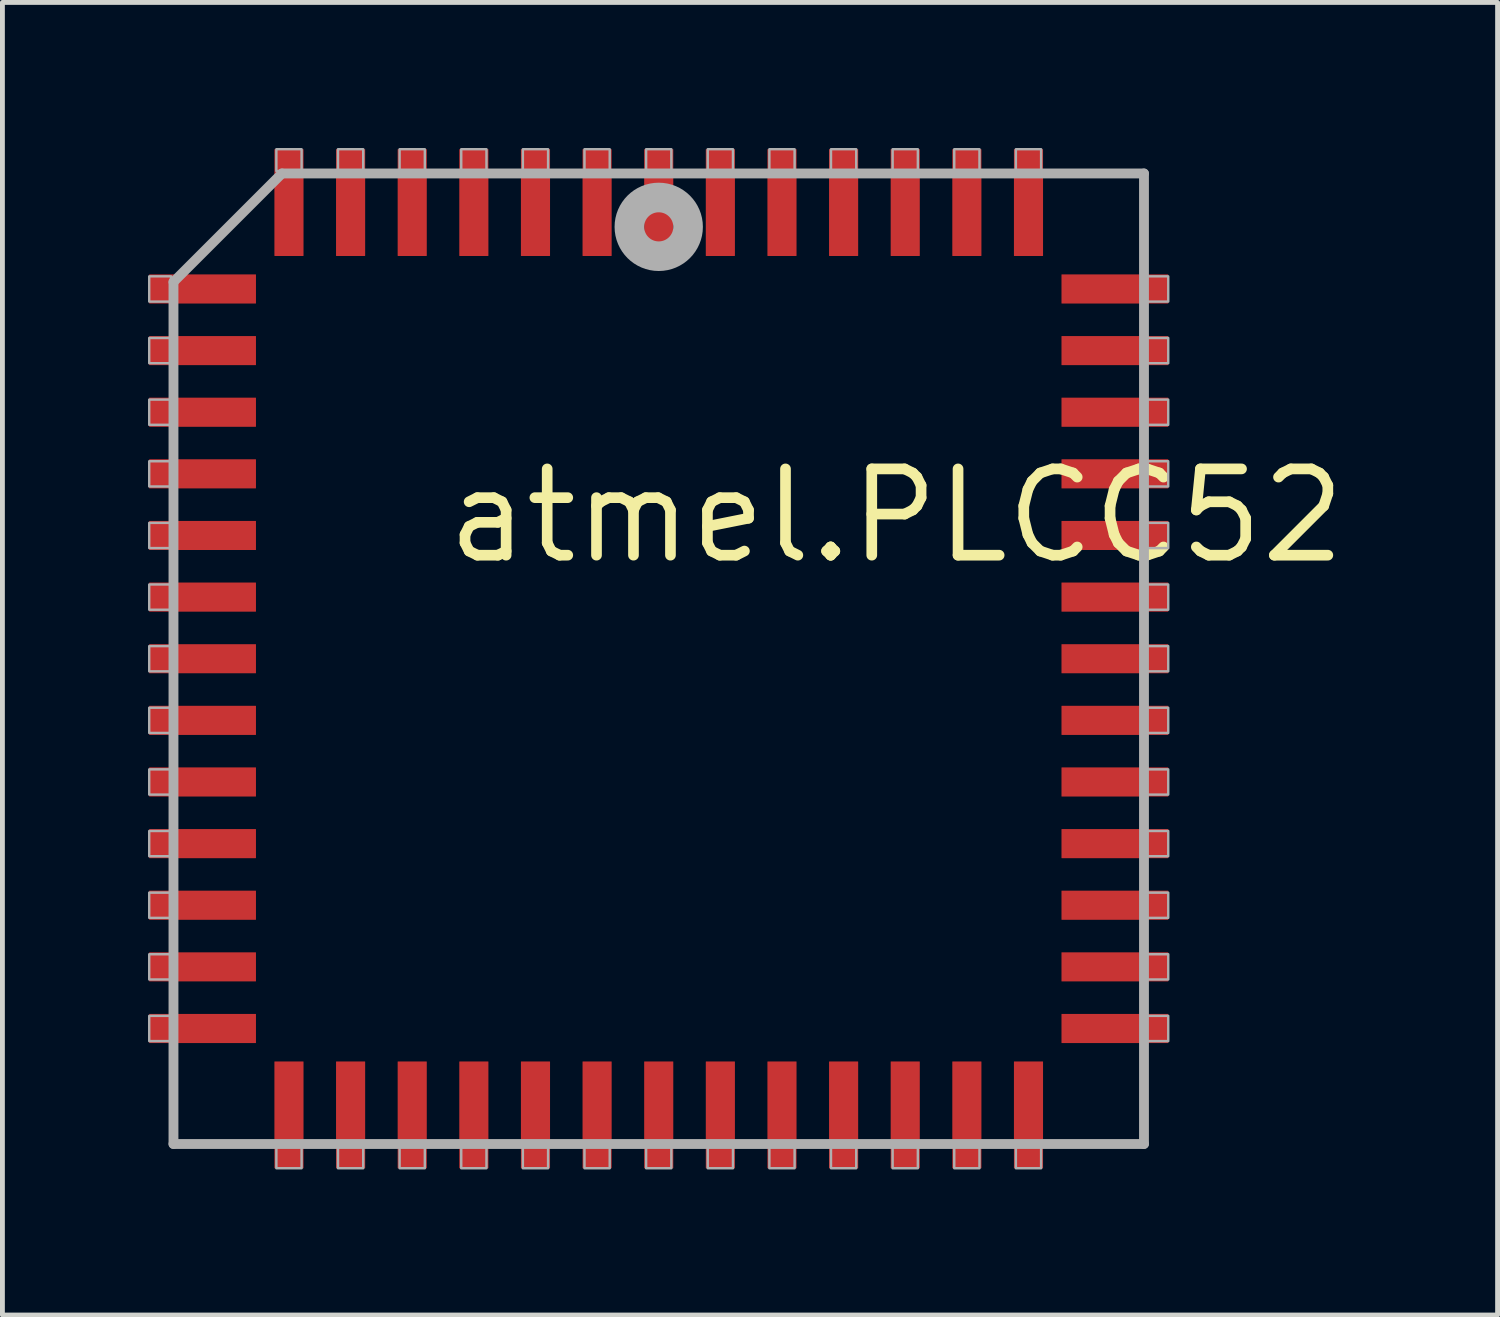
<source format=kicad_pcb>
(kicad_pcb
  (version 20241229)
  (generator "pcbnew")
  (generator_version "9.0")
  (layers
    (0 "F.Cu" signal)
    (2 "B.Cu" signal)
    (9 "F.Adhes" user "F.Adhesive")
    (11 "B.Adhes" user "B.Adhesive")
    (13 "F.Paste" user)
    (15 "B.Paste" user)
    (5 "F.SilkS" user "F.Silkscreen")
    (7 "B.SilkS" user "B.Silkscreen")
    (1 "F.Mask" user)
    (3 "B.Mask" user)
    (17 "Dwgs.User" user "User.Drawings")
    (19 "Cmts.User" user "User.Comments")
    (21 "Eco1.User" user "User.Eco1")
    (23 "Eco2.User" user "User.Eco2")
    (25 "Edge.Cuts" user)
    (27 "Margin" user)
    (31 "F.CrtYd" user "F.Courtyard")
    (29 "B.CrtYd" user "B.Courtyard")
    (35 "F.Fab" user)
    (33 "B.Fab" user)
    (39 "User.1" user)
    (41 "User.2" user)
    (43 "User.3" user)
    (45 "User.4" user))
  (footprint "atmel.PLCC52"
    (layer "F.Cu")
    (at 10.525 10.525)
    (property "Reference" "atmel.PLCC52" (at -4.475 -1.905 0) (layer "F.SilkS") (effects (font (size 1.778 1.778) (thickness 0.22)) (justify left bottom)))
    (attr smd)
    (fp_line (start -10 -7.765) (end -10 10) (stroke (width 0.203) (type default)) (layer "F.Fab"))
    (fp_line (start -10 10) (end 10 10) (stroke (width 0.203) (type default)) (layer "F.Fab"))
    (fp_line (start -7.765 -10) (end -10 -7.765) (stroke (width 0.203) (type default)) (layer "F.Fab"))
    (fp_line (start 10 -10) (end -7.765 -10) (stroke (width 0.203) (type default)) (layer "F.Fab"))
    (fp_line (start 10 10) (end 10 -10) (stroke (width 0.203) (type default)) (layer "F.Fab"))
    (fp_rect (start -10.5 -7.36) (end -10.05 -7.88) (stroke (width 0.05) (type default)) (fill no) (layer "F.Fab"))
    (fp_rect (start -10.5 -6.09) (end -10.05 -6.61) (stroke (width 0.05) (type default)) (fill no) (layer "F.Fab"))
    (fp_rect (start -10.5 -4.82) (end -10.05 -5.34) (stroke (width 0.05) (type default)) (fill no) (layer "F.Fab"))
    (fp_rect (start -10.5 -3.55) (end -10.05 -4.07) (stroke (width 0.05) (type default)) (fill no) (layer "F.Fab"))
    (fp_rect (start -10.5 -2.28) (end -10.05 -2.8) (stroke (width 0.05) (type default)) (fill no) (layer "F.Fab"))
    (fp_rect (start -10.5 -1.01) (end -10.05 -1.53) (stroke (width 0.05) (type default)) (fill no) (layer "F.Fab"))
    (fp_rect (start -10.5 0.26) (end -10.05 -0.26) (stroke (width 0.05) (type default)) (fill no) (layer "F.Fab"))
    (fp_rect (start -10.5 1.53) (end -10.05 1.01) (stroke (width 0.05) (type default)) (fill no) (layer "F.Fab"))
    (fp_rect (start -10.5 2.8) (end -10.05 2.28) (stroke (width 0.05) (type default)) (fill no) (layer "F.Fab"))
    (fp_rect (start -10.5 4.07) (end -10.05 3.55) (stroke (width 0.05) (type default)) (fill no) (layer "F.Fab"))
    (fp_rect (start -10.5 5.34) (end -10.05 4.82) (stroke (width 0.05) (type default)) (fill no) (layer "F.Fab"))
    (fp_rect (start -10.5 6.61) (end -10.05 6.09) (stroke (width 0.05) (type default)) (fill no) (layer "F.Fab"))
    (fp_rect (start -10.5 7.88) (end -10.05 7.36) (stroke (width 0.05) (type default)) (fill no) (layer "F.Fab"))
    (fp_rect (start -7.88 -10.05) (end -7.36 -10.5) (stroke (width 0.05) (type default)) (fill no) (layer "F.Fab"))
    (fp_rect (start -7.88 10.5) (end -7.36 10.05) (stroke (width 0.05) (type default)) (fill no) (layer "F.Fab"))
    (fp_rect (start -6.61 -10.05) (end -6.09 -10.5) (stroke (width 0.05) (type default)) (fill no) (layer "F.Fab"))
    (fp_rect (start -6.61 10.5) (end -6.09 10.05) (stroke (width 0.05) (type default)) (fill no) (layer "F.Fab"))
    (fp_rect (start -5.34 -10.05) (end -4.82 -10.5) (stroke (width 0.05) (type default)) (fill no) (layer "F.Fab"))
    (fp_rect (start -5.34 10.5) (end -4.82 10.05) (stroke (width 0.05) (type default)) (fill no) (layer "F.Fab"))
    (fp_rect (start -4.07 -10.05) (end -3.55 -10.5) (stroke (width 0.05) (type default)) (fill no) (layer "F.Fab"))
    (fp_rect (start -4.07 10.5) (end -3.55 10.05) (stroke (width 0.05) (type default)) (fill no) (layer "F.Fab"))
    (fp_rect (start -2.8 -10.05) (end -2.28 -10.5) (stroke (width 0.05) (type default)) (fill no) (layer "F.Fab"))
    (fp_rect (start -2.8 10.5) (end -2.28 10.05) (stroke (width 0.05) (type default)) (fill no) (layer "F.Fab"))
    (fp_rect (start -1.53 -10.05) (end -1.01 -10.5) (stroke (width 0.05) (type default)) (fill no) (layer "F.Fab"))
    (fp_rect (start -1.53 10.5) (end -1.01 10.05) (stroke (width 0.05) (type default)) (fill no) (layer "F.Fab"))
    (fp_rect (start -0.26 -10.05) (end 0.26 -10.5) (stroke (width 0.05) (type default)) (fill no) (layer "F.Fab"))
    (fp_rect (start -0.26 10.5) (end 0.26 10.05) (stroke (width 0.05) (type default)) (fill no) (layer "F.Fab"))
    (fp_rect (start 1.01 -10.05) (end 1.53 -10.5) (stroke (width 0.05) (type default)) (fill no) (layer "F.Fab"))
    (fp_rect (start 1.01 10.5) (end 1.53 10.05) (stroke (width 0.05) (type default)) (fill no) (layer "F.Fab"))
    (fp_rect (start 2.28 -10.05) (end 2.8 -10.5) (stroke (width 0.05) (type default)) (fill no) (layer "F.Fab"))
    (fp_rect (start 2.28 10.5) (end 2.8 10.05) (stroke (width 0.05) (type default)) (fill no) (layer "F.Fab"))
    (fp_rect (start 3.55 -10.05) (end 4.07 -10.5) (stroke (width 0.05) (type default)) (fill no) (layer "F.Fab"))
    (fp_rect (start 3.55 10.5) (end 4.07 10.05) (stroke (width 0.05) (type default)) (fill no) (layer "F.Fab"))
    (fp_rect (start 4.82 -10.05) (end 5.34 -10.5) (stroke (width 0.05) (type default)) (fill no) (layer "F.Fab"))
    (fp_rect (start 4.82 10.5) (end 5.34 10.05) (stroke (width 0.05) (type default)) (fill no) (layer "F.Fab"))
    (fp_rect (start 6.09 -10.05) (end 6.61 -10.5) (stroke (width 0.05) (type default)) (fill no) (layer "F.Fab"))
    (fp_rect (start 6.09 10.5) (end 6.61 10.05) (stroke (width 0.05) (type default)) (fill no) (layer "F.Fab"))
    (fp_rect (start 7.36 -10.05) (end 7.88 -10.5) (stroke (width 0.05) (type default)) (fill no) (layer "F.Fab"))
    (fp_rect (start 7.36 10.5) (end 7.88 10.05) (stroke (width 0.05) (type default)) (fill no) (layer "F.Fab"))
    (fp_rect (start 10.05 -7.36) (end 10.5 -7.88) (stroke (width 0.05) (type default)) (fill no) (layer "F.Fab"))
    (fp_rect (start 10.05 -6.09) (end 10.5 -6.61) (stroke (width 0.05) (type default)) (fill no) (layer "F.Fab"))
    (fp_rect (start 10.05 -4.82) (end 10.5 -5.34) (stroke (width 0.05) (type default)) (fill no) (layer "F.Fab"))
    (fp_rect (start 10.05 -3.55) (end 10.5 -4.07) (stroke (width 0.05) (type default)) (fill no) (layer "F.Fab"))
    (fp_rect (start 10.05 -2.28) (end 10.5 -2.8) (stroke (width 0.05) (type default)) (fill no) (layer "F.Fab"))
    (fp_rect (start 10.05 -1.01) (end 10.5 -1.53) (stroke (width 0.05) (type default)) (fill no) (layer "F.Fab"))
    (fp_rect (start 10.05 0.26) (end 10.5 -0.26) (stroke (width 0.05) (type default)) (fill no) (layer "F.Fab"))
    (fp_rect (start 10.05 1.53) (end 10.5 1.01) (stroke (width 0.05) (type default)) (fill no) (layer "F.Fab"))
    (fp_rect (start 10.05 2.8) (end 10.5 2.28) (stroke (width 0.05) (type default)) (fill no) (layer "F.Fab"))
    (fp_rect (start 10.05 4.07) (end 10.5 3.55) (stroke (width 0.05) (type default)) (fill no) (layer "F.Fab"))
    (fp_rect (start 10.05 5.34) (end 10.5 4.82) (stroke (width 0.05) (type default)) (fill no) (layer "F.Fab"))
    (fp_rect (start 10.05 6.61) (end 10.5 6.09) (stroke (width 0.05) (type default)) (fill no) (layer "F.Fab"))
    (fp_rect (start 10.05 7.88) (end 10.5 7.36) (stroke (width 0.05) (type default)) (fill no) (layer "F.Fab"))
    (fp_circle (center 0 -8.9) (end 0.3 -8.9) (stroke (width 0.61) (type default)) (fill no) (layer "F.Fab"))
    (pad "1" smd roundrect (at 0 -9.4) (size 0.6 2.2) (layers "F.Cu" "F.Mask" "F.Paste") (roundrect_rratio 0.01))
    (pad "2" smd roundrect (at -1.27 -9.4) (size 0.6 2.2) (layers "F.Cu" "F.Mask" "F.Paste") (roundrect_rratio 0.01))
    (pad "3" smd roundrect (at -2.54 -9.4) (size 0.6 2.2) (layers "F.Cu" "F.Mask" "F.Paste") (roundrect_rratio 0.01))
    (pad "4" smd roundrect (at -3.81 -9.4) (size 0.6 2.2) (layers "F.Cu" "F.Mask" "F.Paste") (roundrect_rratio 0.01))
    (pad "5" smd roundrect (at -5.08 -9.4) (size 0.6 2.2) (layers "F.Cu" "F.Mask" "F.Paste") (roundrect_rratio 0.01))
    (pad "6" smd roundrect (at -6.35 -9.4) (size 0.6 2.2) (layers "F.Cu" "F.Mask" "F.Paste") (roundrect_rratio 0.01))
    (pad "7" smd roundrect (at -7.62 -9.4) (size 0.6 2.2) (layers "F.Cu" "F.Mask" "F.Paste") (roundrect_rratio 0.01))
    (pad "8" smd roundrect (at -9.4 -7.62) (size 2.2 0.6) (layers "F.Cu" "F.Mask" "F.Paste") (roundrect_rratio 0.01))
    (pad "9" smd roundrect (at -9.4 -6.35) (size 2.2 0.6) (layers "F.Cu" "F.Mask" "F.Paste") (roundrect_rratio 0.01))
    (pad "10" smd roundrect (at -9.4 -5.08) (size 2.2 0.6) (layers "F.Cu" "F.Mask" "F.Paste") (roundrect_rratio 0.01))
    (pad "11" smd roundrect (at -9.4 -3.81) (size 2.2 0.6) (layers "F.Cu" "F.Mask" "F.Paste") (roundrect_rratio 0.01))
    (pad "12" smd roundrect (at -9.4 -2.54) (size 2.2 0.6) (layers "F.Cu" "F.Mask" "F.Paste") (roundrect_rratio 0.01))
    (pad "13" smd roundrect (at -9.4 -1.27) (size 2.2 0.6) (layers "F.Cu" "F.Mask" "F.Paste") (roundrect_rratio 0.01))
    (pad "14" smd roundrect (at -9.4 0) (size 2.2 0.6) (layers "F.Cu" "F.Mask" "F.Paste") (roundrect_rratio 0.01))
    (pad "15" smd roundrect (at -9.4 1.27) (size 2.2 0.6) (layers "F.Cu" "F.Mask" "F.Paste") (roundrect_rratio 0.01))
    (pad "16" smd roundrect (at -9.4 2.54) (size 2.2 0.6) (layers "F.Cu" "F.Mask" "F.Paste") (roundrect_rratio 0.01))
    (pad "17" smd roundrect (at -9.4 3.81) (size 2.2 0.6) (layers "F.Cu" "F.Mask" "F.Paste") (roundrect_rratio 0.01))
    (pad "18" smd roundrect (at -9.4 5.08) (size 2.2 0.6) (layers "F.Cu" "F.Mask" "F.Paste") (roundrect_rratio 0.01))
    (pad "19" smd roundrect (at -9.4 6.35) (size 2.2 0.6) (layers "F.Cu" "F.Mask" "F.Paste") (roundrect_rratio 0.01))
    (pad "20" smd roundrect (at -9.4 7.62) (size 2.2 0.6) (layers "F.Cu" "F.Mask" "F.Paste") (roundrect_rratio 0.01))
    (pad "21" smd roundrect (at -7.62 9.4) (size 0.6 2.2) (layers "F.Cu" "F.Mask" "F.Paste") (roundrect_rratio 0.01))
    (pad "22" smd roundrect (at -6.35 9.4) (size 0.6 2.2) (layers "F.Cu" "F.Mask" "F.Paste") (roundrect_rratio 0.01))
    (pad "23" smd roundrect (at -5.08 9.4) (size 0.6 2.2) (layers "F.Cu" "F.Mask" "F.Paste") (roundrect_rratio 0.01))
    (pad "24" smd roundrect (at -3.81 9.4) (size 0.6 2.2) (layers "F.Cu" "F.Mask" "F.Paste") (roundrect_rratio 0.01))
    (pad "25" smd roundrect (at -2.54 9.4) (size 0.6 2.2) (layers "F.Cu" "F.Mask" "F.Paste") (roundrect_rratio 0.01))
    (pad "26" smd roundrect (at -1.27 9.4) (size 0.6 2.2) (layers "F.Cu" "F.Mask" "F.Paste") (roundrect_rratio 0.01))
    (pad "27" smd roundrect (at 0 9.4) (size 0.6 2.2) (layers "F.Cu" "F.Mask" "F.Paste") (roundrect_rratio 0.01))
    (pad "28" smd roundrect (at 1.27 9.4) (size 0.6 2.2) (layers "F.Cu" "F.Mask" "F.Paste") (roundrect_rratio 0.01))
    (pad "29" smd roundrect (at 2.54 9.4) (size 0.6 2.2) (layers "F.Cu" "F.Mask" "F.Paste") (roundrect_rratio 0.01))
    (pad "30" smd roundrect (at 3.81 9.4) (size 0.6 2.2) (layers "F.Cu" "F.Mask" "F.Paste") (roundrect_rratio 0.01))
    (pad "31" smd roundrect (at 5.08 9.4) (size 0.6 2.2) (layers "F.Cu" "F.Mask" "F.Paste") (roundrect_rratio 0.01))
    (pad "32" smd roundrect (at 6.35 9.4) (size 0.6 2.2) (layers "F.Cu" "F.Mask" "F.Paste") (roundrect_rratio 0.01))
    (pad "33" smd roundrect (at 7.62 9.4) (size 0.6 2.2) (layers "F.Cu" "F.Mask" "F.Paste") (roundrect_rratio 0.01))
    (pad "34" smd roundrect (at 9.4 7.62) (size 2.2 0.6) (layers "F.Cu" "F.Mask" "F.Paste") (roundrect_rratio 0.01))
    (pad "35" smd roundrect (at 9.4 6.35) (size 2.2 0.6) (layers "F.Cu" "F.Mask" "F.Paste") (roundrect_rratio 0.01))
    (pad "36" smd roundrect (at 9.4 5.08) (size 2.2 0.6) (layers "F.Cu" "F.Mask" "F.Paste") (roundrect_rratio 0.01))
    (pad "37" smd roundrect (at 9.4 3.81) (size 2.2 0.6) (layers "F.Cu" "F.Mask" "F.Paste") (roundrect_rratio 0.01))
    (pad "38" smd roundrect (at 9.4 2.54) (size 2.2 0.6) (layers "F.Cu" "F.Mask" "F.Paste") (roundrect_rratio 0.01))
    (pad "39" smd roundrect (at 9.4 1.27) (size 2.2 0.6) (layers "F.Cu" "F.Mask" "F.Paste") (roundrect_rratio 0.01))
    (pad "40" smd roundrect (at 9.4 0) (size 2.2 0.6) (layers "F.Cu" "F.Mask" "F.Paste") (roundrect_rratio 0.01))
    (pad "41" smd roundrect (at 9.4 -1.27) (size 2.2 0.6) (layers "F.Cu" "F.Mask" "F.Paste") (roundrect_rratio 0.01))
    (pad "42" smd roundrect (at 9.4 -2.54) (size 2.2 0.6) (layers "F.Cu" "F.Mask" "F.Paste") (roundrect_rratio 0.01))
    (pad "43" smd roundrect (at 9.4 -3.81) (size 2.2 0.6) (layers "F.Cu" "F.Mask" "F.Paste") (roundrect_rratio 0.01))
    (pad "44" smd roundrect (at 9.4 -5.08) (size 2.2 0.6) (layers "F.Cu" "F.Mask" "F.Paste") (roundrect_rratio 0.01))
    (pad "45" smd roundrect (at 9.4 -6.35) (size 2.2 0.6) (layers "F.Cu" "F.Mask" "F.Paste") (roundrect_rratio 0.01))
    (pad "46" smd roundrect (at 9.4 -7.62) (size 2.2 0.6) (layers "F.Cu" "F.Mask" "F.Paste") (roundrect_rratio 0.01))
    (pad "47" smd roundrect (at 7.62 -9.4) (size 0.6 2.2) (layers "F.Cu" "F.Mask" "F.Paste") (roundrect_rratio 0.01))
    (pad "48" smd roundrect (at 6.35 -9.4) (size 0.6 2.2) (layers "F.Cu" "F.Mask" "F.Paste") (roundrect_rratio 0.01))
    (pad "49" smd roundrect (at 5.08 -9.4) (size 0.6 2.2) (layers "F.Cu" "F.Mask" "F.Paste") (roundrect_rratio 0.01))
    (pad "50" smd roundrect (at 3.81 -9.4) (size 0.6 2.2) (layers "F.Cu" "F.Mask" "F.Paste") (roundrect_rratio 0.01))
    (pad "51" smd roundrect (at 2.54 -9.4) (size 0.6 2.2) (layers "F.Cu" "F.Mask" "F.Paste") (roundrect_rratio 0.01))
    (pad "52" smd roundrect (at 1.27 -9.4) (size 0.6 2.2) (layers "F.Cu" "F.Mask" "F.Paste") (roundrect_rratio 0.01)))
  (gr_rect
    (start -3 -3)
    (end 27.812 24.05)
    (stroke (width 0.1) (type default))
    (fill no)
    (layer "Edge.Cuts")))
</source>
